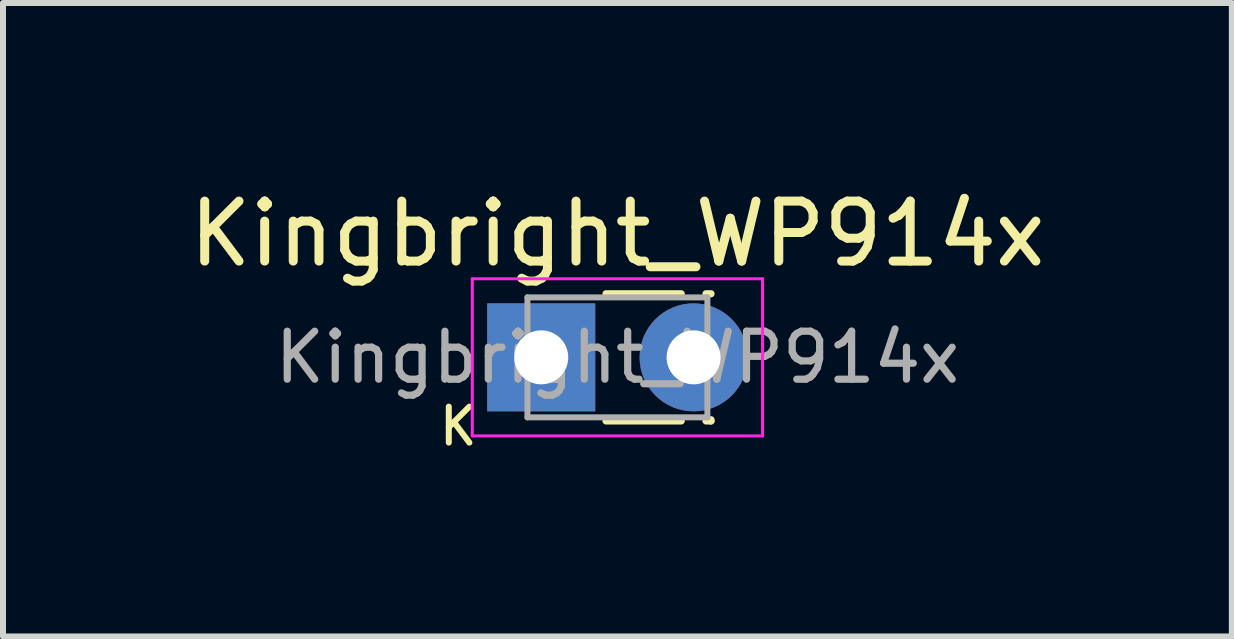
<source format=kicad_pcb>
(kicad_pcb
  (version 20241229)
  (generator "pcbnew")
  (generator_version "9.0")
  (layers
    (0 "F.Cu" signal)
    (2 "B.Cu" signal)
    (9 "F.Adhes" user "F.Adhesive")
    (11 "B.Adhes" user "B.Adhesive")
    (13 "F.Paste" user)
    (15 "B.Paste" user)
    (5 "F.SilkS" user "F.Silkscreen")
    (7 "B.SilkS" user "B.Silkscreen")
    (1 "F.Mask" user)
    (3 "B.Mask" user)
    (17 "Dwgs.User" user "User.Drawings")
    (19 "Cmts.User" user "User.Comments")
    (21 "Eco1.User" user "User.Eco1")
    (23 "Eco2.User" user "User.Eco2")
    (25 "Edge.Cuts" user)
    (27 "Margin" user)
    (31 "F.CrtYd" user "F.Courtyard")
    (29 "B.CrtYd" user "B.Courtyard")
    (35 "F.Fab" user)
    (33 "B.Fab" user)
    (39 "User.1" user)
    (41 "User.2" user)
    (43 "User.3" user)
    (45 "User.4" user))
  (footprint "Kingbright_WP914x"
    (layer "F.Cu")
    (at 5.974 2.908)
    (property "Reference" "Kingbright_WP914x" (at 1.27 -2.06 0) (layer "F.SilkS") (effects (font (size 1 1) (thickness 0.15))))
    (attr through_hole)
    (fp_line (start 1.08 -1.06) (end 2.333 -1.06) (stroke (width 0.12) (type solid)) (layer "F.SilkS"))
    (fp_line (start 1.08 1.06) (end 2.333 1.06) (stroke (width 0.12) (type solid)) (layer "F.SilkS"))
    (fp_line (start 2.747 -1.06) (end 2.83 -1.06) (stroke (width 0.12) (type solid)) (layer "F.SilkS"))
    (fp_line (start 2.747 1.06) (end 2.83 1.06) (stroke (width 0.12) (type solid)) (layer "F.SilkS"))
    (fp_line (start 2.83 1.04) (end 2.83 1.06) (stroke (width 0.12) (type solid)) (layer "F.SilkS"))
    (fp_line (start -1.15 -1.31) (end -1.15 1.31) (stroke (width 0.05) (type solid)) (layer "F.CrtYd"))
    (fp_line (start -1.15 1.31) (end 3.69 1.31) (stroke (width 0.05) (type solid)) (layer "F.CrtYd"))
    (fp_line (start 3.69 -1.31) (end -1.15 -1.31) (stroke (width 0.05) (type solid)) (layer "F.CrtYd"))
    (fp_line (start 3.69 1.31) (end 3.69 -1.31) (stroke (width 0.05) (type solid)) (layer "F.CrtYd"))
    (fp_line (start -0.23 -1) (end -0.23 1) (stroke (width 0.1) (type solid)) (layer "F.Fab"))
    (fp_line (start -0.23 1) (end 2.77 1) (stroke (width 0.1) (type solid)) (layer "F.Fab"))
    (fp_line (start 2.77 -1) (end -0.23 -1) (stroke (width 0.1) (type solid)) (layer "F.Fab"))
    (fp_line (start 2.77 1) (end 2.77 -1) (stroke (width 0.1) (type solid)) (layer "F.Fab"))
    (fp_text user "K" (at -1.75 1.5 0) (unlocked yes) (layer "F.SilkS") (effects (font (size 0.6 0.6) (thickness 0.1)) (justify left bottom)))
    (fp_text user "${REFERENCE}" (at 1.27 0 0) (layer "F.Fab") (effects (font (size 0.8 0.8) (thickness 0.12))))
    (pad "1" thru_hole rect (at 0 0) (size 1.8 1.8) (drill 0.9) (layers "*.Cu" "*.Mask"))
    (pad "2" thru_hole circle (at 2.54 0) (size 1.8 1.8) (drill 0.9) (layers "*.Cu" "*.Mask")))
  (gr_rect
    (start -3 -3)
    (end 17.488 7.561)
    (stroke (width 0.1) (type default))
    (fill no)
    (layer "Edge.Cuts")))
</source>
